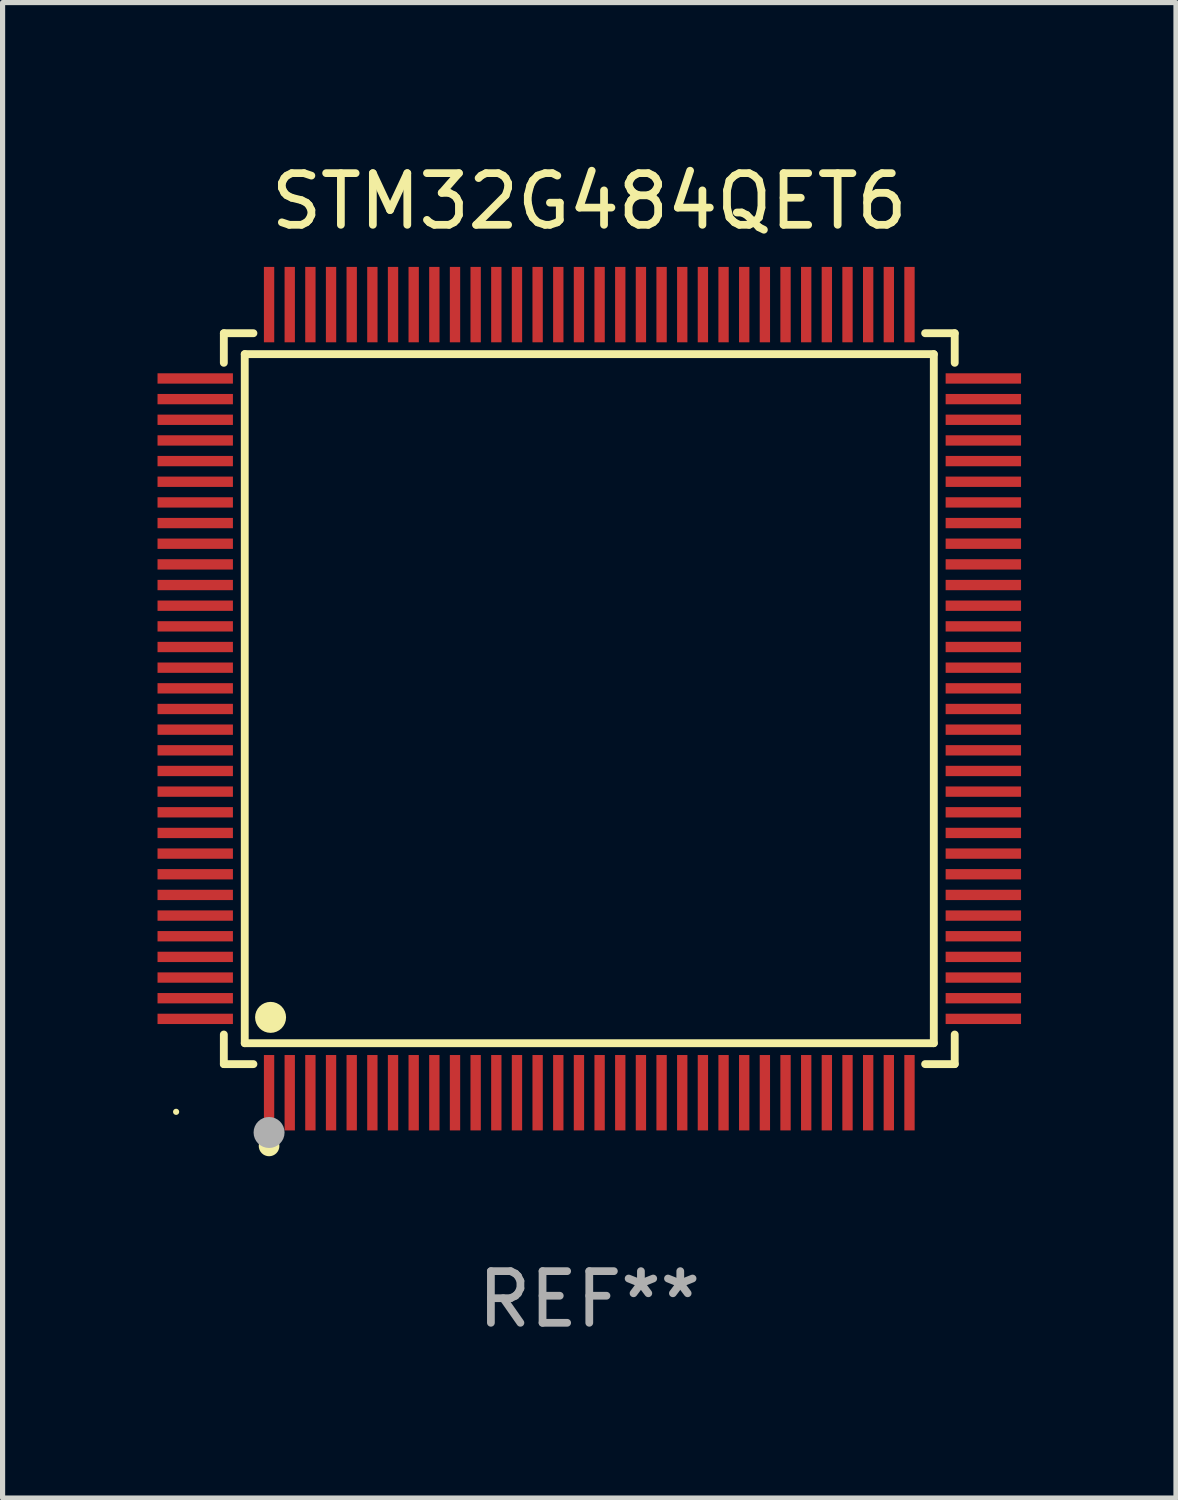
<source format=kicad_pcb>
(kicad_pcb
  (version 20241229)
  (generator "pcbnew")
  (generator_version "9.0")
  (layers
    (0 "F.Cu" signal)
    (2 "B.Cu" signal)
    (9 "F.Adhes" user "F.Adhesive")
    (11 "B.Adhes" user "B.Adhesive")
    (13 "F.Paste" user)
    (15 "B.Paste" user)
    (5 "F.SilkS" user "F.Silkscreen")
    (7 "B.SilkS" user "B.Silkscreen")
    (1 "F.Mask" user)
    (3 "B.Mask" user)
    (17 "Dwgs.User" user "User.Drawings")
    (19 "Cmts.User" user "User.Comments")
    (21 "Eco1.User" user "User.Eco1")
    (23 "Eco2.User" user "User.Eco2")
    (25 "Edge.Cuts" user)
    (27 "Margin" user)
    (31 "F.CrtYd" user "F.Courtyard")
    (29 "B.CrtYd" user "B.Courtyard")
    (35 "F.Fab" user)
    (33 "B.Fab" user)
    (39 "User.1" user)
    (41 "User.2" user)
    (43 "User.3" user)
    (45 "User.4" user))
  (footprint "STM32G484QET6"
    (layer "F.Cu")
    (at 8.36 10.478)
    (property "Reference" "STM32G484QET6" (at 0 -9.63 0) (layer "F.SilkS") (effects (font (size 1 1) (thickness 0.15))))
    (attr through_hole)
    (fp_line (start -7.076 -7.076) (end -6.503 -7.076) (stroke (width 0.152) (type solid)) (layer "F.SilkS"))
    (fp_line (start -7.076 -6.503) (end -7.076 -7.076) (stroke (width 0.152) (type solid)) (layer "F.SilkS"))
    (fp_line (start -7.076 6.503) (end -7.076 7.076) (stroke (width 0.152) (type solid)) (layer "F.SilkS"))
    (fp_line (start -7.076 7.076) (end -6.503 7.076) (stroke (width 0.152) (type solid)) (layer "F.SilkS"))
    (fp_line (start -6.671 -6.671) (end 6.671 -6.671) (stroke (width 0.152) (type solid)) (layer "F.SilkS"))
    (fp_line (start -6.671 6.671) (end -6.671 -6.671) (stroke (width 0.152) (type solid)) (layer "F.SilkS"))
    (fp_line (start 6.671 -6.671) (end 6.671 6.671) (stroke (width 0.152) (type solid)) (layer "F.SilkS"))
    (fp_line (start 6.671 6.671) (end -6.671 6.671) (stroke (width 0.152) (type solid)) (layer "F.SilkS"))
    (fp_line (start 7.076 -7.076) (end 6.503 -7.076) (stroke (width 0.152) (type solid)) (layer "F.SilkS"))
    (fp_line (start 7.076 -6.503) (end 7.076 -7.076) (stroke (width 0.152) (type solid)) (layer "F.SilkS"))
    (fp_line (start 7.076 6.503) (end 7.076 7.076) (stroke (width 0.152) (type solid)) (layer "F.SilkS"))
    (fp_line (start 7.076 7.076) (end 6.503 7.076) (stroke (width 0.152) (type solid)) (layer "F.SilkS"))
    (fp_circle (center -8 8) (end -7.97 8) (stroke (width 0.06) (type solid)) (fill no) (layer "F.SilkS"))
    (fp_circle (center -6.2 8.66) (end -6.1 8.66) (stroke (width 0.2) (type solid)) (fill no) (layer "F.SilkS"))
    (fp_circle (center -6.171 6.171) (end -6.021 6.171) (stroke (width 0.3) (type solid)) (fill no) (layer "F.SilkS"))
    (fp_circle (center -6.2 8.4) (end -6.05 8.4) (stroke (width 0.3) (type solid)) (fill no) (layer "F.Fab"))
    (fp_text user "REF**" (at 0 11.63 0) (layer "F.Fab") (effects (font (size 1 1) (thickness 0.15))))
    (pad "1" smd rect (at -6.2 7.63) (size 0.2 1.46) (layers "F.Cu" "F.Mask" "F.Paste"))
    (pad "2" smd rect (at -5.8 7.63) (size 0.2 1.46) (layers "F.Cu" "F.Mask" "F.Paste"))
    (pad "3" smd rect (at -5.4 7.63) (size 0.2 1.46) (layers "F.Cu" "F.Mask" "F.Paste"))
    (pad "4" smd rect (at -5 7.63) (size 0.2 1.46) (layers "F.Cu" "F.Mask" "F.Paste"))
    (pad "5" smd rect (at -4.6 7.63) (size 0.2 1.46) (layers "F.Cu" "F.Mask" "F.Paste"))
    (pad "6" smd rect (at -4.2 7.63) (size 0.2 1.46) (layers "F.Cu" "F.Mask" "F.Paste"))
    (pad "7" smd rect (at -3.8 7.63) (size 0.2 1.46) (layers "F.Cu" "F.Mask" "F.Paste"))
    (pad "8" smd rect (at -3.4 7.63) (size 0.2 1.46) (layers "F.Cu" "F.Mask" "F.Paste"))
    (pad "9" smd rect (at -3 7.63) (size 0.2 1.46) (layers "F.Cu" "F.Mask" "F.Paste"))
    (pad "10" smd rect (at -2.6 7.63) (size 0.2 1.46) (layers "F.Cu" "F.Mask" "F.Paste"))
    (pad "11" smd rect (at -2.2 7.63) (size 0.2 1.46) (layers "F.Cu" "F.Mask" "F.Paste"))
    (pad "12" smd rect (at -1.8 7.63) (size 0.2 1.46) (layers "F.Cu" "F.Mask" "F.Paste"))
    (pad "13" smd rect (at -1.4 7.63) (size 0.2 1.46) (layers "F.Cu" "F.Mask" "F.Paste"))
    (pad "14" smd rect (at -1 7.63) (size 0.2 1.46) (layers "F.Cu" "F.Mask" "F.Paste"))
    (pad "15" smd rect (at -0.6 7.63) (size 0.2 1.46) (layers "F.Cu" "F.Mask" "F.Paste"))
    (pad "16" smd rect (at -0.2 7.63) (size 0.2 1.46) (layers "F.Cu" "F.Mask" "F.Paste"))
    (pad "17" smd rect (at 0.2 7.63) (size 0.2 1.46) (layers "F.Cu" "F.Mask" "F.Paste"))
    (pad "18" smd rect (at 0.6 7.63) (size 0.2 1.46) (layers "F.Cu" "F.Mask" "F.Paste"))
    (pad "19" smd rect (at 1 7.63) (size 0.2 1.46) (layers "F.Cu" "F.Mask" "F.Paste"))
    (pad "20" smd rect (at 1.4 7.63) (size 0.2 1.46) (layers "F.Cu" "F.Mask" "F.Paste"))
    (pad "21" smd rect (at 1.8 7.63) (size 0.2 1.46) (layers "F.Cu" "F.Mask" "F.Paste"))
    (pad "22" smd rect (at 2.2 7.63) (size 0.2 1.46) (layers "F.Cu" "F.Mask" "F.Paste"))
    (pad "23" smd rect (at 2.6 7.63) (size 0.2 1.46) (layers "F.Cu" "F.Mask" "F.Paste"))
    (pad "24" smd rect (at 3 7.63) (size 0.2 1.46) (layers "F.Cu" "F.Mask" "F.Paste"))
    (pad "25" smd rect (at 3.4 7.63) (size 0.2 1.46) (layers "F.Cu" "F.Mask" "F.Paste"))
    (pad "26" smd rect (at 3.8 7.63) (size 0.2 1.46) (layers "F.Cu" "F.Mask" "F.Paste"))
    (pad "27" smd rect (at 4.2 7.63) (size 0.2 1.46) (layers "F.Cu" "F.Mask" "F.Paste"))
    (pad "28" smd rect (at 4.6 7.63) (size 0.2 1.46) (layers "F.Cu" "F.Mask" "F.Paste"))
    (pad "29" smd rect (at 5 7.63) (size 0.2 1.46) (layers "F.Cu" "F.Mask" "F.Paste"))
    (pad "30" smd rect (at 5.4 7.63) (size 0.2 1.46) (layers "F.Cu" "F.Mask" "F.Paste"))
    (pad "31" smd rect (at 5.8 7.63) (size 0.2 1.46) (layers "F.Cu" "F.Mask" "F.Paste"))
    (pad "32" smd rect (at 6.2 7.63) (size 0.2 1.46) (layers "F.Cu" "F.Mask" "F.Paste"))
    (pad "33" smd rect (at 7.63 6.2) (size 1.46 0.2) (layers "F.Cu" "F.Mask" "F.Paste"))
    (pad "34" smd rect (at 7.63 5.8) (size 1.46 0.2) (layers "F.Cu" "F.Mask" "F.Paste"))
    (pad "35" smd rect (at 7.63 5.4) (size 1.46 0.2) (layers "F.Cu" "F.Mask" "F.Paste"))
    (pad "36" smd rect (at 7.63 5) (size 1.46 0.2) (layers "F.Cu" "F.Mask" "F.Paste"))
    (pad "37" smd rect (at 7.63 4.6) (size 1.46 0.2) (layers "F.Cu" "F.Mask" "F.Paste"))
    (pad "38" smd rect (at 7.63 4.2) (size 1.46 0.2) (layers "F.Cu" "F.Mask" "F.Paste"))
    (pad "39" smd rect (at 7.63 3.8) (size 1.46 0.2) (layers "F.Cu" "F.Mask" "F.Paste"))
    (pad "40" smd rect (at 7.63 3.4) (size 1.46 0.2) (layers "F.Cu" "F.Mask" "F.Paste"))
    (pad "41" smd rect (at 7.63 3) (size 1.46 0.2) (layers "F.Cu" "F.Mask" "F.Paste"))
    (pad "42" smd rect (at 7.63 2.6) (size 1.46 0.2) (layers "F.Cu" "F.Mask" "F.Paste"))
    (pad "43" smd rect (at 7.63 2.2) (size 1.46 0.2) (layers "F.Cu" "F.Mask" "F.Paste"))
    (pad "44" smd rect (at 7.63 1.8) (size 1.46 0.2) (layers "F.Cu" "F.Mask" "F.Paste"))
    (pad "45" smd rect (at 7.63 1.4) (size 1.46 0.2) (layers "F.Cu" "F.Mask" "F.Paste"))
    (pad "46" smd rect (at 7.63 1) (size 1.46 0.2) (layers "F.Cu" "F.Mask" "F.Paste"))
    (pad "47" smd rect (at 7.63 0.6) (size 1.46 0.2) (layers "F.Cu" "F.Mask" "F.Paste"))
    (pad "48" smd rect (at 7.63 0.2) (size 1.46 0.2) (layers "F.Cu" "F.Mask" "F.Paste"))
    (pad "49" smd rect (at 7.63 -0.2) (size 1.46 0.2) (layers "F.Cu" "F.Mask" "F.Paste"))
    (pad "50" smd rect (at 7.63 -0.6) (size 1.46 0.2) (layers "F.Cu" "F.Mask" "F.Paste"))
    (pad "51" smd rect (at 7.63 -1) (size 1.46 0.2) (layers "F.Cu" "F.Mask" "F.Paste"))
    (pad "52" smd rect (at 7.63 -1.4) (size 1.46 0.2) (layers "F.Cu" "F.Mask" "F.Paste"))
    (pad "53" smd rect (at 7.63 -1.8) (size 1.46 0.2) (layers "F.Cu" "F.Mask" "F.Paste"))
    (pad "54" smd rect (at 7.63 -2.2) (size 1.46 0.2) (layers "F.Cu" "F.Mask" "F.Paste"))
    (pad "55" smd rect (at 7.63 -2.6) (size 1.46 0.2) (layers "F.Cu" "F.Mask" "F.Paste"))
    (pad "56" smd rect (at 7.63 -3) (size 1.46 0.2) (layers "F.Cu" "F.Mask" "F.Paste"))
    (pad "57" smd rect (at 7.63 -3.4) (size 1.46 0.2) (layers "F.Cu" "F.Mask" "F.Paste"))
    (pad "58" smd rect (at 7.63 -3.8) (size 1.46 0.2) (layers "F.Cu" "F.Mask" "F.Paste"))
    (pad "59" smd rect (at 7.63 -4.2) (size 1.46 0.2) (layers "F.Cu" "F.Mask" "F.Paste"))
    (pad "60" smd rect (at 7.63 -4.6) (size 1.46 0.2) (layers "F.Cu" "F.Mask" "F.Paste"))
    (pad "61" smd rect (at 7.63 -5) (size 1.46 0.2) (layers "F.Cu" "F.Mask" "F.Paste"))
    (pad "62" smd rect (at 7.63 -5.4) (size 1.46 0.2) (layers "F.Cu" "F.Mask" "F.Paste"))
    (pad "63" smd rect (at 7.63 -5.8) (size 1.46 0.2) (layers "F.Cu" "F.Mask" "F.Paste"))
    (pad "64" smd rect (at 7.63 -6.2) (size 1.46 0.2) (layers "F.Cu" "F.Mask" "F.Paste"))
    (pad "65" smd rect (at 6.2 -7.63) (size 0.2 1.46) (layers "F.Cu" "F.Mask" "F.Paste"))
    (pad "66" smd rect (at 5.8 -7.63) (size 0.2 1.46) (layers "F.Cu" "F.Mask" "F.Paste"))
    (pad "67" smd rect (at 5.4 -7.63) (size 0.2 1.46) (layers "F.Cu" "F.Mask" "F.Paste"))
    (pad "68" smd rect (at 5 -7.63) (size 0.2 1.46) (layers "F.Cu" "F.Mask" "F.Paste"))
    (pad "69" smd rect (at 4.6 -7.63) (size 0.2 1.46) (layers "F.Cu" "F.Mask" "F.Paste"))
    (pad "70" smd rect (at 4.2 -7.63) (size 0.2 1.46) (layers "F.Cu" "F.Mask" "F.Paste"))
    (pad "71" smd rect (at 3.8 -7.63) (size 0.2 1.46) (layers "F.Cu" "F.Mask" "F.Paste"))
    (pad "72" smd rect (at 3.4 -7.63) (size 0.2 1.46) (layers "F.Cu" "F.Mask" "F.Paste"))
    (pad "73" smd rect (at 3 -7.63) (size 0.2 1.46) (layers "F.Cu" "F.Mask" "F.Paste"))
    (pad "74" smd rect (at 2.6 -7.63) (size 0.2 1.46) (layers "F.Cu" "F.Mask" "F.Paste"))
    (pad "75" smd rect (at 2.2 -7.63) (size 0.2 1.46) (layers "F.Cu" "F.Mask" "F.Paste"))
    (pad "76" smd rect (at 1.8 -7.63) (size 0.2 1.46) (layers "F.Cu" "F.Mask" "F.Paste"))
    (pad "77" smd rect (at 1.4 -7.63) (size 0.2 1.46) (layers "F.Cu" "F.Mask" "F.Paste"))
    (pad "78" smd rect (at 1 -7.63) (size 0.2 1.46) (layers "F.Cu" "F.Mask" "F.Paste"))
    (pad "79" smd rect (at 0.6 -7.63) (size 0.2 1.46) (layers "F.Cu" "F.Mask" "F.Paste"))
    (pad "80" smd rect (at 0.2 -7.63) (size 0.2 1.46) (layers "F.Cu" "F.Mask" "F.Paste"))
    (pad "81" smd rect (at -0.2 -7.63) (size 0.2 1.46) (layers "F.Cu" "F.Mask" "F.Paste"))
    (pad "82" smd rect (at -0.6 -7.63) (size 0.2 1.46) (layers "F.Cu" "F.Mask" "F.Paste"))
    (pad "83" smd rect (at -1 -7.63) (size 0.2 1.46) (layers "F.Cu" "F.Mask" "F.Paste"))
    (pad "84" smd rect (at -1.4 -7.63) (size 0.2 1.46) (layers "F.Cu" "F.Mask" "F.Paste"))
    (pad "85" smd rect (at -1.8 -7.63) (size 0.2 1.46) (layers "F.Cu" "F.Mask" "F.Paste"))
    (pad "86" smd rect (at -2.2 -7.63) (size 0.2 1.46) (layers "F.Cu" "F.Mask" "F.Paste"))
    (pad "87" smd rect (at -2.6 -7.63) (size 0.2 1.46) (layers "F.Cu" "F.Mask" "F.Paste"))
    (pad "88" smd rect (at -3 -7.63) (size 0.2 1.46) (layers "F.Cu" "F.Mask" "F.Paste"))
    (pad "89" smd rect (at -3.4 -7.63) (size 0.2 1.46) (layers "F.Cu" "F.Mask" "F.Paste"))
    (pad "90" smd rect (at -3.8 -7.63) (size 0.2 1.46) (layers "F.Cu" "F.Mask" "F.Paste"))
    (pad "91" smd rect (at -4.2 -7.63) (size 0.2 1.46) (layers "F.Cu" "F.Mask" "F.Paste"))
    (pad "92" smd rect (at -4.6 -7.63) (size 0.2 1.46) (layers "F.Cu" "F.Mask" "F.Paste"))
    (pad "93" smd rect (at -5 -7.63) (size 0.2 1.46) (layers "F.Cu" "F.Mask" "F.Paste"))
    (pad "94" smd rect (at -5.4 -7.63) (size 0.2 1.46) (layers "F.Cu" "F.Mask" "F.Paste"))
    (pad "95" smd rect (at -5.8 -7.63) (size 0.2 1.46) (layers "F.Cu" "F.Mask" "F.Paste"))
    (pad "96" smd rect (at -6.2 -7.63) (size 0.2 1.46) (layers "F.Cu" "F.Mask" "F.Paste"))
    (pad "97" smd rect (at -7.63 -6.2) (size 1.46 0.2) (layers "F.Cu" "F.Mask" "F.Paste"))
    (pad "98" smd rect (at -7.63 -5.8) (size 1.46 0.2) (layers "F.Cu" "F.Mask" "F.Paste"))
    (pad "99" smd rect (at -7.63 -5.4) (size 1.46 0.2) (layers "F.Cu" "F.Mask" "F.Paste"))
    (pad "100" smd rect (at -7.63 -5) (size 1.46 0.2) (layers "F.Cu" "F.Mask" "F.Paste"))
    (pad "101" smd rect (at -7.63 -4.6) (size 1.46 0.2) (layers "F.Cu" "F.Mask" "F.Paste"))
    (pad "102" smd rect (at -7.63 -4.2) (size 1.46 0.2) (layers "F.Cu" "F.Mask" "F.Paste"))
    (pad "103" smd rect (at -7.63 -3.8) (size 1.46 0.2) (layers "F.Cu" "F.Mask" "F.Paste"))
    (pad "104" smd rect (at -7.63 -3.4) (size 1.46 0.2) (layers "F.Cu" "F.Mask" "F.Paste"))
    (pad "105" smd rect (at -7.63 -3) (size 1.46 0.2) (layers "F.Cu" "F.Mask" "F.Paste"))
    (pad "106" smd rect (at -7.63 -2.6) (size 1.46 0.2) (layers "F.Cu" "F.Mask" "F.Paste"))
    (pad "107" smd rect (at -7.63 -2.2) (size 1.46 0.2) (layers "F.Cu" "F.Mask" "F.Paste"))
    (pad "108" smd rect (at -7.63 -1.8) (size 1.46 0.2) (layers "F.Cu" "F.Mask" "F.Paste"))
    (pad "109" smd rect (at -7.63 -1.4) (size 1.46 0.2) (layers "F.Cu" "F.Mask" "F.Paste"))
    (pad "110" smd rect (at -7.63 -1) (size 1.46 0.2) (layers "F.Cu" "F.Mask" "F.Paste"))
    (pad "111" smd rect (at -7.63 -0.6) (size 1.46 0.2) (layers "F.Cu" "F.Mask" "F.Paste"))
    (pad "112" smd rect (at -7.63 -0.2) (size 1.46 0.2) (layers "F.Cu" "F.Mask" "F.Paste"))
    (pad "113" smd rect (at -7.63 0.2) (size 1.46 0.2) (layers "F.Cu" "F.Mask" "F.Paste"))
    (pad "114" smd rect (at -7.63 0.6) (size 1.46 0.2) (layers "F.Cu" "F.Mask" "F.Paste"))
    (pad "115" smd rect (at -7.63 1) (size 1.46 0.2) (layers "F.Cu" "F.Mask" "F.Paste"))
    (pad "116" smd rect (at -7.63 1.4) (size 1.46 0.2) (layers "F.Cu" "F.Mask" "F.Paste"))
    (pad "117" smd rect (at -7.63 1.8) (size 1.46 0.2) (layers "F.Cu" "F.Mask" "F.Paste"))
    (pad "118" smd rect (at -7.63 2.2) (size 1.46 0.2) (layers "F.Cu" "F.Mask" "F.Paste"))
    (pad "119" smd rect (at -7.63 2.6) (size 1.46 0.2) (layers "F.Cu" "F.Mask" "F.Paste"))
    (pad "120" smd rect (at -7.63 3) (size 1.46 0.2) (layers "F.Cu" "F.Mask" "F.Paste"))
    (pad "121" smd rect (at -7.63 3.4) (size 1.46 0.2) (layers "F.Cu" "F.Mask" "F.Paste"))
    (pad "122" smd rect (at -7.63 3.8) (size 1.46 0.2) (layers "F.Cu" "F.Mask" "F.Paste"))
    (pad "123" smd rect (at -7.63 4.2) (size 1.46 0.2) (layers "F.Cu" "F.Mask" "F.Paste"))
    (pad "124" smd rect (at -7.63 4.6) (size 1.46 0.2) (layers "F.Cu" "F.Mask" "F.Paste"))
    (pad "125" smd rect (at -7.63 5) (size 1.46 0.2) (layers "F.Cu" "F.Mask" "F.Paste"))
    (pad "126" smd rect (at -7.63 5.4) (size 1.46 0.2) (layers "F.Cu" "F.Mask" "F.Paste"))
    (pad "127" smd rect (at -7.63 5.8) (size 1.46 0.2) (layers "F.Cu" "F.Mask" "F.Paste"))
    (pad "128" smd rect (at -7.63 6.2) (size 1.46 0.2) (layers "F.Cu" "F.Mask" "F.Paste")))
  (gr_rect
    (start -3 -3)
    (end 19.72 25.956)
    (stroke (width 0.1) (type default))
    (fill no)
    (layer "Edge.Cuts")))
</source>
